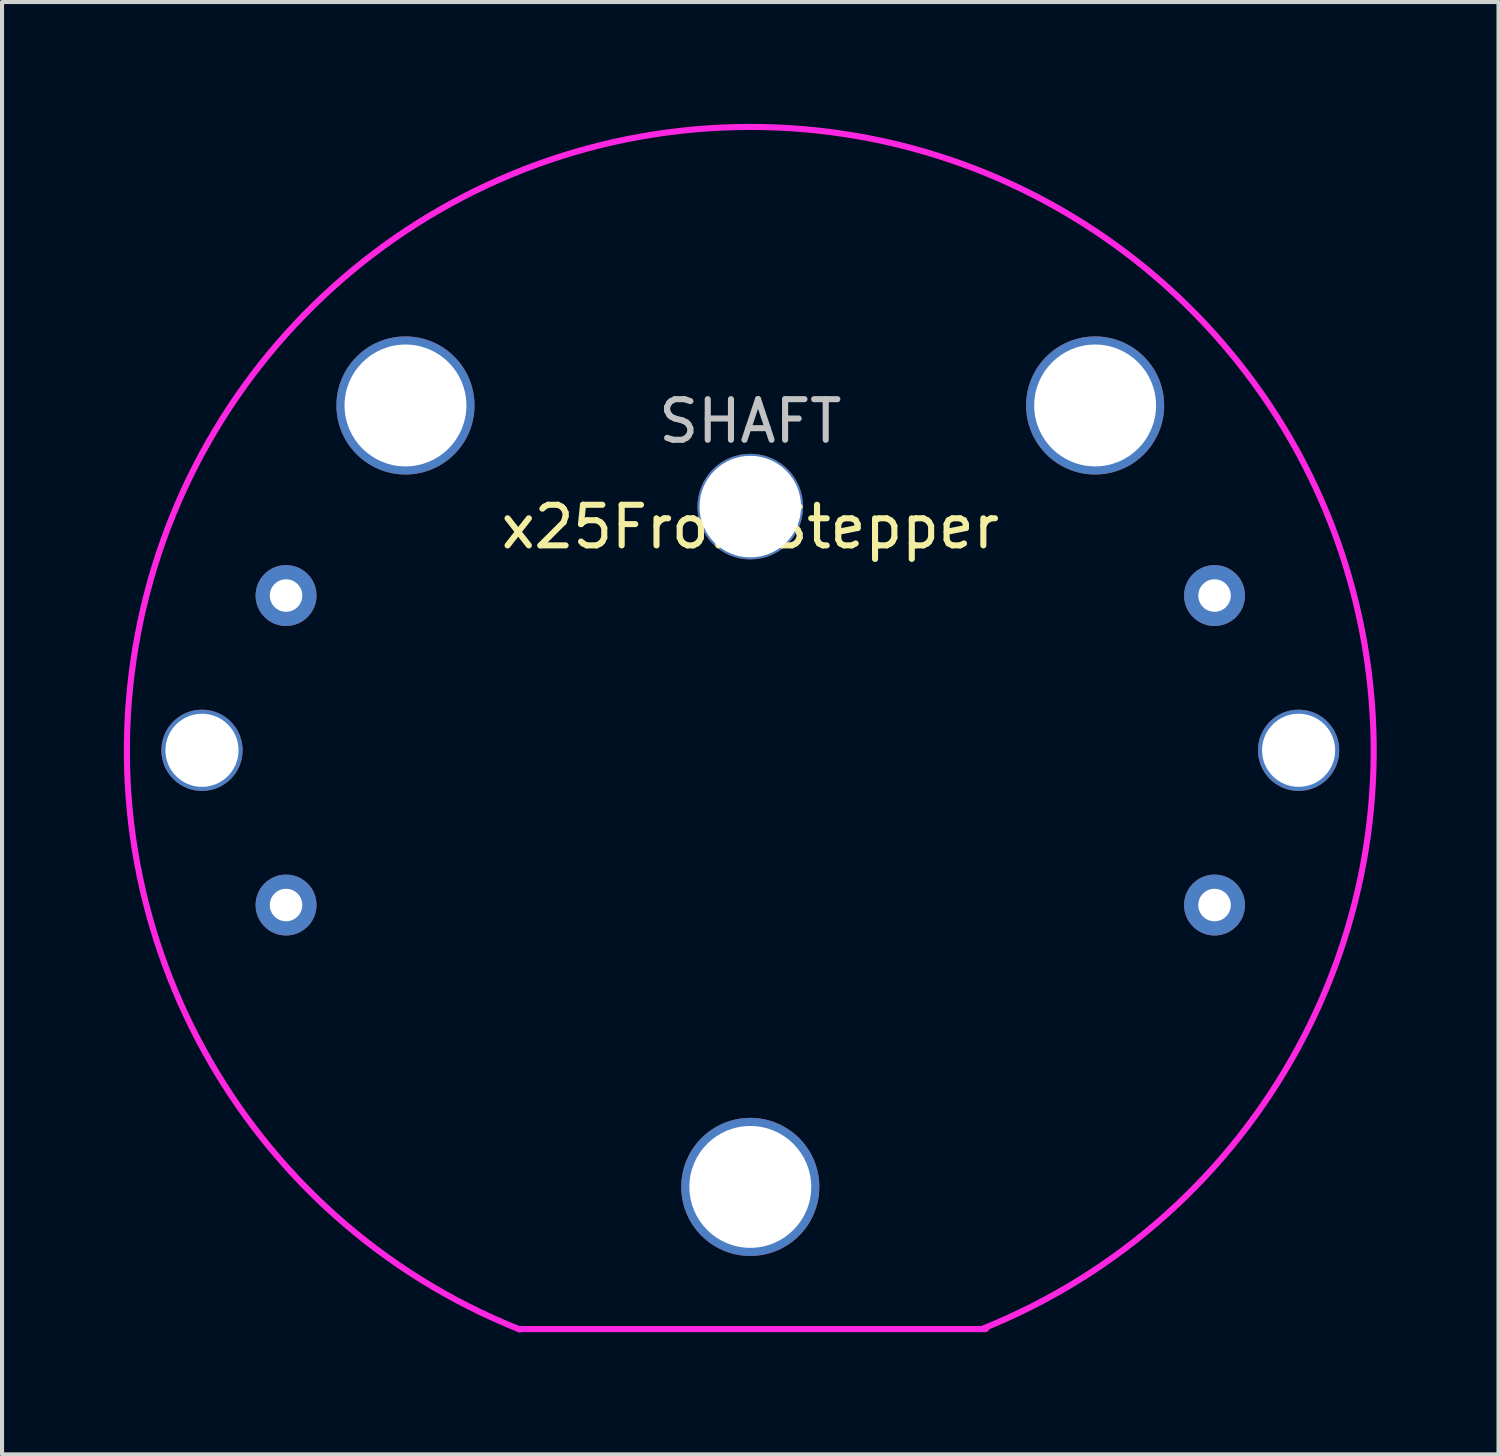
<source format=kicad_pcb>
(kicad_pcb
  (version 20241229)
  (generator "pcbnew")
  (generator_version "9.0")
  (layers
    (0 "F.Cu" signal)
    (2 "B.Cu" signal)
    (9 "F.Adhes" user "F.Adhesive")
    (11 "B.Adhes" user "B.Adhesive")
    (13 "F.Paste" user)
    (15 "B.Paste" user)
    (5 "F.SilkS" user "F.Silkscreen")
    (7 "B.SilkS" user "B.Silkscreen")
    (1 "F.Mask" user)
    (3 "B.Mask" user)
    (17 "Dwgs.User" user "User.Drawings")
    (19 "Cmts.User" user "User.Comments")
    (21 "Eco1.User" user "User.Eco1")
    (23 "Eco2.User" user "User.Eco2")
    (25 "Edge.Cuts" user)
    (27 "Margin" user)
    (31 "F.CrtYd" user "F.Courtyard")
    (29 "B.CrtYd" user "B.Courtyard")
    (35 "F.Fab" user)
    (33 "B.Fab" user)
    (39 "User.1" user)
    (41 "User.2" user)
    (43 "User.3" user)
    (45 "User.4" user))
  (footprint "x25FrontStepper"
    (layer "F.Cu")
    (at 15.423 9.423)
    (property "Reference" "x25FrontStepper" (at 0 0.5 0) (layer "F.SilkS") (effects (font (size 1 1) (thickness 0.15))))
    (attr through_hole)
    (fp_line (start -5.7 20.25) (end 5.8 20.25) (stroke (width 0.15) (type solid)) (layer "F.CrtYd"))
    (fp_arc (start -5.67442 20.260205) (mid -0.01377 -9.347713) (end 5.699999 20.25) (stroke (width 0.15) (type solid)) (layer "F.CrtYd"))
    (fp_text user "SHAFT" (at 0 -2.1 180) (layer "Dwgs.User") (effects (font (size 1 1) (thickness 0.15))))
    (pad "" np_thru_hole circle (at -13.5 6) (size 2 2) (drill 1.8) (layers "*.Cu" "*.Mask"))
    (pad "" np_thru_hole circle (at -8.49 -2.49) (size 3.4 3.4) (drill 3) (layers "*.Cu" "*.Mask"))
    (pad "" np_thru_hole circle (at 0 0) (size 2.6 2.6) (drill 2.5) (layers "*.Cu" "*.Mask"))
    (pad "" np_thru_hole circle (at 0 16.75) (size 3.4 3.4) (drill 3) (layers "*.Cu" "*.Mask"))
    (pad "" np_thru_hole circle (at 8.49 -2.49) (size 3.4 3.4) (drill 3) (layers "*.Cu" "*.Mask"))
    (pad "" np_thru_hole circle (at 13.5 6) (size 2 2) (drill 1.8) (layers "*.Cu" "*.Mask"))
    (pad "1" thru_hole circle (at 11.43 2.19) (size 1.5 1.5) (drill 0.8) (layers "*.Cu" "*.Mask"))
    (pad "2" thru_hole circle (at 11.43 9.81) (size 1.5 1.5) (drill 0.8) (layers "*.Cu" "*.Mask"))
    (pad "3" thru_hole circle (at -11.43 2.19) (size 1.5 1.5) (drill 0.8) (layers "*.Cu" "*.Mask"))
    (pad "4" thru_hole circle (at -11.43 9.81) (size 1.5 1.5) (drill 0.8) (layers "*.Cu" "*.Mask")))
  (gr_rect
    (start -3 -3)
    (end 33.845 32.758)
    (stroke (width 0.1) (type default))
    (fill no)
    (layer "Edge.Cuts")))
</source>
